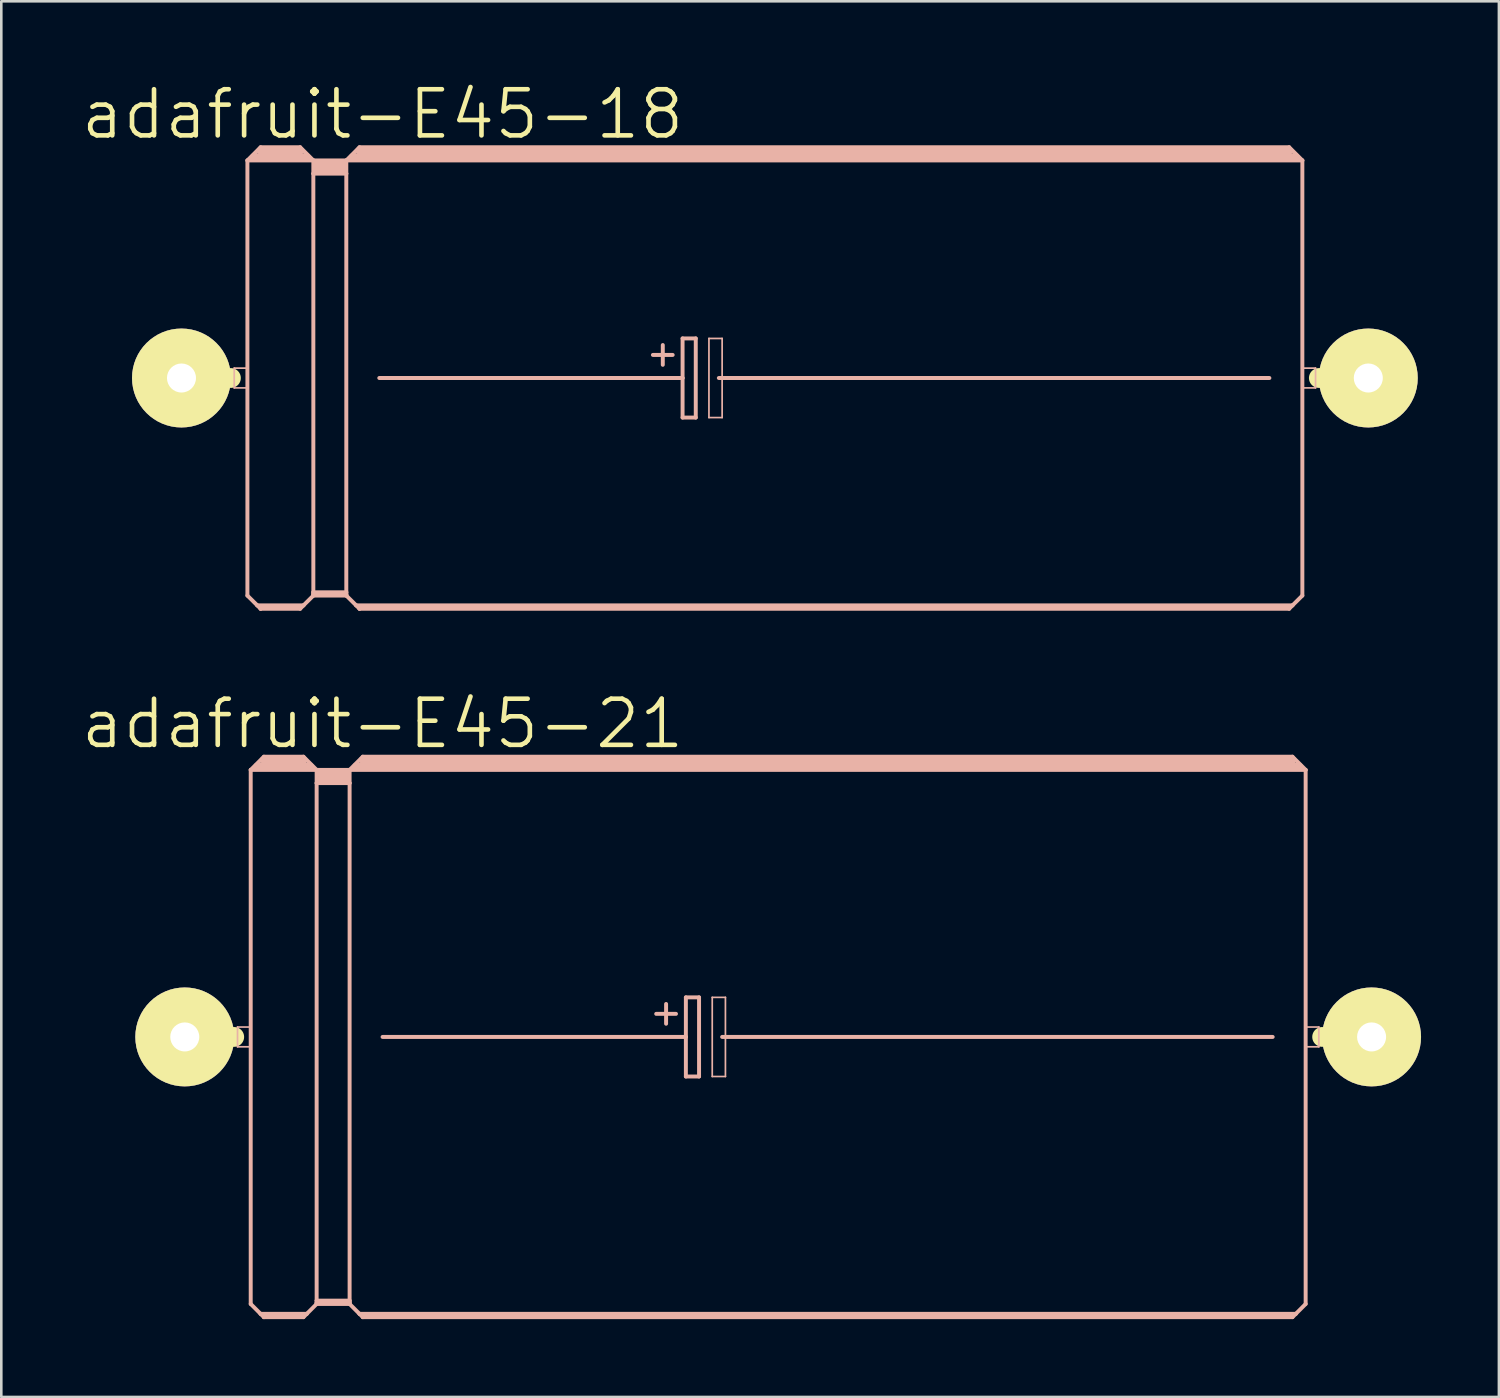
<source format=kicad_pcb>
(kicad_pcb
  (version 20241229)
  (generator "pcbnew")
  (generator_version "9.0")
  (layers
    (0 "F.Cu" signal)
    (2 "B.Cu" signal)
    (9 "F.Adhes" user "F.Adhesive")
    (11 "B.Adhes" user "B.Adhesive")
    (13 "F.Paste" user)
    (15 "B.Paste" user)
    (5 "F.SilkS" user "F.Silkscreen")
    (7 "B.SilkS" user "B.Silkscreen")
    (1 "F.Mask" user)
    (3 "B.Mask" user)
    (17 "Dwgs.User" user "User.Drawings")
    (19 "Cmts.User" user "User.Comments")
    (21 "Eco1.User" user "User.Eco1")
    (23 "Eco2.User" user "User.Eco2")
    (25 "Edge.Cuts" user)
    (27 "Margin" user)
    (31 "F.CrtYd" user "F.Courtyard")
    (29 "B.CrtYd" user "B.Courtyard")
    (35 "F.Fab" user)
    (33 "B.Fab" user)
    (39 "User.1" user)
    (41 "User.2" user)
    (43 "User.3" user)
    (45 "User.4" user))
  (footprint "adafruit-E45-21"
    (layer "F.Cu")
    (at 26.928 36.896)
    (property "Reference" "adafruit-E45-21" (at -15.24 -12.065 0) (layer "F.SilkS") (effects (font (size 1.778 1.778) (thickness 0.178))))
    (attr exclude_from_pos_files exclude_from_bom)
    (fp_line (start -22.86 0) (end -20.955 0) (stroke (width 0.762) (type solid)) (layer "F.SilkS"))
    (fp_line (start 22.86 0) (end 20.955 0) (stroke (width 0.762) (type solid)) (layer "F.SilkS"))
    (fp_line (start -20.828 -0.381) (end -20.32 -0.381) (stroke (width 0.066) (type solid)) (layer "B.SilkS"))
    (fp_line (start -20.828 0.381) (end -20.828 -0.381) (stroke (width 0.066) (type solid)) (layer "B.SilkS"))
    (fp_line (start -20.828 0.381) (end -20.32 0.381) (stroke (width 0.066) (type solid)) (layer "B.SilkS"))
    (fp_line (start -20.32 -10.287) (end -20.32 10.287) (stroke (width 0.152) (type solid)) (layer "B.SilkS"))
    (fp_line (start -20.32 -10.287) (end -19.812 -10.795) (stroke (width 0.152) (type solid)) (layer "B.SilkS"))
    (fp_line (start -20.32 -10.287) (end -17.78 -10.287) (stroke (width 0.152) (type solid)) (layer "B.SilkS"))
    (fp_line (start -20.32 0.381) (end -20.32 -0.381) (stroke (width 0.066) (type solid)) (layer "B.SilkS"))
    (fp_line (start -20.32 10.287) (end -19.939 10.668) (stroke (width 0.152) (type solid)) (layer "B.SilkS"))
    (fp_line (start -20.066 -10.414) (end -18.034 -10.414) (stroke (width 0.305) (type solid)) (layer "B.SilkS"))
    (fp_line (start -19.939 10.668) (end -19.812 10.795) (stroke (width 0.152) (type solid)) (layer "B.SilkS"))
    (fp_line (start -19.939 10.668) (end -18.161 10.668) (stroke (width 0.152) (type solid)) (layer "B.SilkS"))
    (fp_line (start -19.812 -10.795) (end -18.288 -10.795) (stroke (width 0.152) (type solid)) (layer "B.SilkS"))
    (fp_line (start -19.812 -10.668) (end -18.288 -10.668) (stroke (width 0.305) (type solid)) (layer "B.SilkS"))
    (fp_line (start -19.812 10.744) (end -18.288 10.744) (stroke (width 0.152) (type solid)) (layer "B.SilkS"))
    (fp_line (start -19.812 10.795) (end -19.812 10.744) (stroke (width 0.152) (type solid)) (layer "B.SilkS"))
    (fp_line (start -19.812 10.795) (end -18.288 10.795) (stroke (width 0.152) (type solid)) (layer "B.SilkS"))
    (fp_line (start -18.288 -10.795) (end -17.78 -10.287) (stroke (width 0.152) (type solid)) (layer "B.SilkS"))
    (fp_line (start -18.288 10.795) (end -18.161 10.668) (stroke (width 0.152) (type solid)) (layer "B.SilkS"))
    (fp_line (start -18.161 10.668) (end -17.78 10.287) (stroke (width 0.152) (type solid)) (layer "B.SilkS"))
    (fp_line (start -17.78 -10.287) (end -16.51 -10.287) (stroke (width 0.152) (type solid)) (layer "B.SilkS"))
    (fp_line (start -17.78 -9.779) (end -17.78 -10.287) (stroke (width 0.152) (type solid)) (layer "B.SilkS"))
    (fp_line (start -17.78 -9.779) (end -16.51 -9.779) (stroke (width 0.152) (type solid)) (layer "B.SilkS"))
    (fp_line (start -17.78 10.16) (end -17.78 -9.779) (stroke (width 0.152) (type solid)) (layer "B.SilkS"))
    (fp_line (start -17.78 10.16) (end -16.51 10.16) (stroke (width 0.152) (type solid)) (layer "B.SilkS"))
    (fp_line (start -17.78 10.236) (end -17.78 10.16) (stroke (width 0.152) (type solid)) (layer "B.SilkS"))
    (fp_line (start -17.78 10.236) (end -16.51 10.236) (stroke (width 0.152) (type solid)) (layer "B.SilkS"))
    (fp_line (start -17.78 10.287) (end -17.78 10.236) (stroke (width 0.152) (type solid)) (layer "B.SilkS"))
    (fp_line (start -17.78 10.287) (end -16.51 10.287) (stroke (width 0.152) (type solid)) (layer "B.SilkS"))
    (fp_line (start -17.65 -10.16) (end -16.637 -10.16) (stroke (width 0.305) (type solid)) (layer "B.SilkS"))
    (fp_line (start -17.65 -9.906) (end -16.637 -9.906) (stroke (width 0.305) (type solid)) (layer "B.SilkS"))
    (fp_line (start -16.51 -10.287) (end -16.002 -10.795) (stroke (width 0.152) (type solid)) (layer "B.SilkS"))
    (fp_line (start -16.51 -10.287) (end 20.32 -10.287) (stroke (width 0.152) (type solid)) (layer "B.SilkS"))
    (fp_line (start -16.51 -9.779) (end -16.51 -10.287) (stroke (width 0.152) (type solid)) (layer "B.SilkS"))
    (fp_line (start -16.51 10.16) (end -16.51 -9.779) (stroke (width 0.152) (type solid)) (layer "B.SilkS"))
    (fp_line (start -16.51 10.236) (end -16.51 10.16) (stroke (width 0.152) (type solid)) (layer "B.SilkS"))
    (fp_line (start -16.51 10.287) (end -16.51 10.236) (stroke (width 0.152) (type solid)) (layer "B.SilkS"))
    (fp_line (start -16.51 10.287) (end -16.129 10.668) (stroke (width 0.152) (type solid)) (layer "B.SilkS"))
    (fp_line (start -16.256 -10.414) (end 20.066 -10.414) (stroke (width 0.305) (type solid)) (layer "B.SilkS"))
    (fp_line (start -16.129 10.668) (end -16.002 10.795) (stroke (width 0.152) (type solid)) (layer "B.SilkS"))
    (fp_line (start -16.129 10.668) (end 19.939 10.668) (stroke (width 0.152) (type solid)) (layer "B.SilkS"))
    (fp_line (start -16.002 -10.795) (end 19.812 -10.795) (stroke (width 0.152) (type solid)) (layer "B.SilkS"))
    (fp_line (start -16.002 -10.668) (end 19.812 -10.668) (stroke (width 0.305) (type solid)) (layer "B.SilkS"))
    (fp_line (start -16.002 10.744) (end 19.812 10.744) (stroke (width 0.152) (type solid)) (layer "B.SilkS"))
    (fp_line (start -16.002 10.795) (end -16.002 10.744) (stroke (width 0.152) (type solid)) (layer "B.SilkS"))
    (fp_line (start -16.002 10.795) (end 19.812 10.795) (stroke (width 0.152) (type solid)) (layer "B.SilkS"))
    (fp_line (start -15.24 0) (end -3.556 0) (stroke (width 0.152) (type solid)) (layer "B.SilkS"))
    (fp_line (start -4.699 -0.889) (end -3.937 -0.889) (stroke (width 0.152) (type solid)) (layer "B.SilkS"))
    (fp_line (start -4.318 -1.27) (end -4.318 -0.508) (stroke (width 0.152) (type solid)) (layer "B.SilkS"))
    (fp_line (start -3.556 -1.524) (end -3.556 0) (stroke (width 0.152) (type solid)) (layer "B.SilkS"))
    (fp_line (start -3.556 0) (end -3.556 1.524) (stroke (width 0.152) (type solid)) (layer "B.SilkS"))
    (fp_line (start -3.556 1.524) (end -3.048 1.524) (stroke (width 0.152) (type solid)) (layer "B.SilkS"))
    (fp_line (start -3.048 -1.524) (end -3.556 -1.524) (stroke (width 0.152) (type solid)) (layer "B.SilkS"))
    (fp_line (start -3.048 1.524) (end -3.048 -1.524) (stroke (width 0.152) (type solid)) (layer "B.SilkS"))
    (fp_line (start -2.54 -1.524) (end -2.032 -1.524) (stroke (width 0.066) (type solid)) (layer "B.SilkS"))
    (fp_line (start -2.54 1.524) (end -2.54 -1.524) (stroke (width 0.066) (type solid)) (layer "B.SilkS"))
    (fp_line (start -2.54 1.524) (end -2.032 1.524) (stroke (width 0.066) (type solid)) (layer "B.SilkS"))
    (fp_line (start -2.159 0) (end 19.05 0) (stroke (width 0.152) (type solid)) (layer "B.SilkS"))
    (fp_line (start -2.032 1.524) (end -2.032 -1.524) (stroke (width 0.066) (type solid)) (layer "B.SilkS"))
    (fp_line (start 19.812 -10.795) (end 20.32 -10.287) (stroke (width 0.152) (type solid)) (layer "B.SilkS"))
    (fp_line (start 19.812 10.795) (end 19.939 10.668) (stroke (width 0.152) (type solid)) (layer "B.SilkS"))
    (fp_line (start 19.939 10.668) (end 20.32 10.287) (stroke (width 0.152) (type solid)) (layer "B.SilkS"))
    (fp_line (start 20.32 -10.287) (end 20.32 10.287) (stroke (width 0.152) (type solid)) (layer "B.SilkS"))
    (fp_line (start 20.32 -0.381) (end 20.828 -0.381) (stroke (width 0.066) (type solid)) (layer "B.SilkS"))
    (fp_line (start 20.32 0.381) (end 20.32 -0.381) (stroke (width 0.066) (type solid)) (layer "B.SilkS"))
    (fp_line (start 20.32 0.381) (end 20.828 0.381) (stroke (width 0.066) (type solid)) (layer "B.SilkS"))
    (fp_line (start 20.828 0.381) (end 20.828 -0.381) (stroke (width 0.066) (type solid)) (layer "B.SilkS"))
    (pad "+" thru_hole circle (at -22.86 0) (size 3.81 3.81) (drill 1.118) (layers "*.Cu" "F.Mask" "F.SilkS" "F.Paste"))
    (pad "-" thru_hole circle (at 22.86 0) (size 3.81 3.81) (drill 1.118) (layers "*.Cu" "F.Mask" "F.SilkS" "F.Paste")))
  (footprint "adafruit-E45-18"
    (layer "F.Cu")
    (at 26.801 11.512)
    (property "Reference" "adafruit-E45-18" (at -15.113 -10.16 0) (layer "F.SilkS") (effects (font (size 1.778 1.778) (thickness 0.178))))
    (attr exclude_from_pos_files exclude_from_bom)
    (fp_line (start -22.86 0) (end -20.955 0) (stroke (width 0.762) (type solid)) (layer "F.SilkS"))
    (fp_line (start 22.86 0) (end 20.955 0) (stroke (width 0.762) (type solid)) (layer "F.SilkS"))
    (fp_line (start -20.828 -0.381) (end -20.32 -0.381) (stroke (width 0.066) (type solid)) (layer "B.SilkS"))
    (fp_line (start -20.828 0.381) (end -20.828 -0.381) (stroke (width 0.066) (type solid)) (layer "B.SilkS"))
    (fp_line (start -20.828 0.381) (end -20.32 0.381) (stroke (width 0.066) (type solid)) (layer "B.SilkS"))
    (fp_line (start -20.32 -8.382) (end -20.32 8.382) (stroke (width 0.152) (type solid)) (layer "B.SilkS"))
    (fp_line (start -20.32 -8.382) (end -19.812 -8.89) (stroke (width 0.152) (type solid)) (layer "B.SilkS"))
    (fp_line (start -20.32 -8.382) (end -17.78 -8.382) (stroke (width 0.152) (type solid)) (layer "B.SilkS"))
    (fp_line (start -20.32 0.381) (end -20.32 -0.381) (stroke (width 0.066) (type solid)) (layer "B.SilkS"))
    (fp_line (start -20.32 8.382) (end -19.939 8.76) (stroke (width 0.152) (type solid)) (layer "B.SilkS"))
    (fp_line (start -20.066 -8.509) (end -18.034 -8.509) (stroke (width 0.305) (type solid)) (layer "B.SilkS"))
    (fp_line (start -19.939 8.76) (end -19.812 8.89) (stroke (width 0.152) (type solid)) (layer "B.SilkS"))
    (fp_line (start -19.939 8.76) (end -18.161 8.76) (stroke (width 0.152) (type solid)) (layer "B.SilkS"))
    (fp_line (start -19.812 -8.89) (end -18.288 -8.89) (stroke (width 0.152) (type solid)) (layer "B.SilkS"))
    (fp_line (start -19.812 -8.76) (end -18.288 -8.76) (stroke (width 0.305) (type solid)) (layer "B.SilkS"))
    (fp_line (start -19.812 8.837) (end -18.288 8.837) (stroke (width 0.152) (type solid)) (layer "B.SilkS"))
    (fp_line (start -19.812 8.89) (end -19.812 8.837) (stroke (width 0.152) (type solid)) (layer "B.SilkS"))
    (fp_line (start -19.812 8.89) (end -18.288 8.89) (stroke (width 0.152) (type solid)) (layer "B.SilkS"))
    (fp_line (start -18.288 -8.89) (end -17.78 -8.382) (stroke (width 0.152) (type solid)) (layer "B.SilkS"))
    (fp_line (start -18.288 8.89) (end -18.161 8.76) (stroke (width 0.152) (type solid)) (layer "B.SilkS"))
    (fp_line (start -18.161 8.76) (end -17.78 8.382) (stroke (width 0.152) (type solid)) (layer "B.SilkS"))
    (fp_line (start -17.78 -8.382) (end -16.51 -8.382) (stroke (width 0.152) (type solid)) (layer "B.SilkS"))
    (fp_line (start -17.78 -7.874) (end -17.78 -8.382) (stroke (width 0.152) (type solid)) (layer "B.SilkS"))
    (fp_line (start -17.78 -7.874) (end -16.51 -7.874) (stroke (width 0.152) (type solid)) (layer "B.SilkS"))
    (fp_line (start -17.78 8.255) (end -17.78 -7.874) (stroke (width 0.152) (type solid)) (layer "B.SilkS"))
    (fp_line (start -17.78 8.255) (end -16.51 8.255) (stroke (width 0.152) (type solid)) (layer "B.SilkS"))
    (fp_line (start -17.78 8.331) (end -17.78 8.255) (stroke (width 0.152) (type solid)) (layer "B.SilkS"))
    (fp_line (start -17.78 8.331) (end -16.51 8.331) (stroke (width 0.152) (type solid)) (layer "B.SilkS"))
    (fp_line (start -17.78 8.382) (end -17.78 8.331) (stroke (width 0.152) (type solid)) (layer "B.SilkS"))
    (fp_line (start -17.78 8.382) (end -16.51 8.382) (stroke (width 0.152) (type solid)) (layer "B.SilkS"))
    (fp_line (start -17.65 -8.255) (end -16.637 -8.255) (stroke (width 0.305) (type solid)) (layer "B.SilkS"))
    (fp_line (start -17.65 -8.001) (end -16.637 -8.001) (stroke (width 0.305) (type solid)) (layer "B.SilkS"))
    (fp_line (start -16.51 -8.382) (end -16.002 -8.89) (stroke (width 0.152) (type solid)) (layer "B.SilkS"))
    (fp_line (start -16.51 -8.382) (end 20.32 -8.382) (stroke (width 0.152) (type solid)) (layer "B.SilkS"))
    (fp_line (start -16.51 -7.874) (end -16.51 -8.382) (stroke (width 0.152) (type solid)) (layer "B.SilkS"))
    (fp_line (start -16.51 8.255) (end -16.51 -7.874) (stroke (width 0.152) (type solid)) (layer "B.SilkS"))
    (fp_line (start -16.51 8.331) (end -16.51 8.255) (stroke (width 0.152) (type solid)) (layer "B.SilkS"))
    (fp_line (start -16.51 8.382) (end -16.51 8.331) (stroke (width 0.152) (type solid)) (layer "B.SilkS"))
    (fp_line (start -16.51 8.382) (end -16.129 8.76) (stroke (width 0.152) (type solid)) (layer "B.SilkS"))
    (fp_line (start -16.256 -8.509) (end 20.066 -8.509) (stroke (width 0.305) (type solid)) (layer "B.SilkS"))
    (fp_line (start -16.129 8.76) (end -16.002 8.89) (stroke (width 0.152) (type solid)) (layer "B.SilkS"))
    (fp_line (start -16.129 8.76) (end 19.939 8.76) (stroke (width 0.152) (type solid)) (layer "B.SilkS"))
    (fp_line (start -16.002 -8.89) (end 19.812 -8.89) (stroke (width 0.152) (type solid)) (layer "B.SilkS"))
    (fp_line (start -16.002 -8.76) (end 19.812 -8.76) (stroke (width 0.305) (type solid)) (layer "B.SilkS"))
    (fp_line (start -16.002 8.837) (end 19.812 8.837) (stroke (width 0.152) (type solid)) (layer "B.SilkS"))
    (fp_line (start -16.002 8.89) (end -16.002 8.837) (stroke (width 0.152) (type solid)) (layer "B.SilkS"))
    (fp_line (start -16.002 8.89) (end 19.812 8.89) (stroke (width 0.152) (type solid)) (layer "B.SilkS"))
    (fp_line (start -15.24 0) (end -3.556 0) (stroke (width 0.152) (type solid)) (layer "B.SilkS"))
    (fp_line (start -4.699 -0.889) (end -3.937 -0.889) (stroke (width 0.152) (type solid)) (layer "B.SilkS"))
    (fp_line (start -4.318 -1.27) (end -4.318 -0.508) (stroke (width 0.152) (type solid)) (layer "B.SilkS"))
    (fp_line (start -3.556 -1.524) (end -3.556 0) (stroke (width 0.152) (type solid)) (layer "B.SilkS"))
    (fp_line (start -3.556 0) (end -3.556 1.524) (stroke (width 0.152) (type solid)) (layer "B.SilkS"))
    (fp_line (start -3.556 1.524) (end -3.048 1.524) (stroke (width 0.152) (type solid)) (layer "B.SilkS"))
    (fp_line (start -3.048 -1.524) (end -3.556 -1.524) (stroke (width 0.152) (type solid)) (layer "B.SilkS"))
    (fp_line (start -3.048 1.524) (end -3.048 -1.524) (stroke (width 0.152) (type solid)) (layer "B.SilkS"))
    (fp_line (start -2.54 -1.524) (end -2.032 -1.524) (stroke (width 0.066) (type solid)) (layer "B.SilkS"))
    (fp_line (start -2.54 1.524) (end -2.54 -1.524) (stroke (width 0.066) (type solid)) (layer "B.SilkS"))
    (fp_line (start -2.54 1.524) (end -2.032 1.524) (stroke (width 0.066) (type solid)) (layer "B.SilkS"))
    (fp_line (start -2.159 0) (end 19.05 0) (stroke (width 0.152) (type solid)) (layer "B.SilkS"))
    (fp_line (start -2.032 1.524) (end -2.032 -1.524) (stroke (width 0.066) (type solid)) (layer "B.SilkS"))
    (fp_line (start 19.812 -8.89) (end 20.32 -8.382) (stroke (width 0.152) (type solid)) (layer "B.SilkS"))
    (fp_line (start 19.812 8.89) (end 19.939 8.76) (stroke (width 0.152) (type solid)) (layer "B.SilkS"))
    (fp_line (start 19.939 8.76) (end 20.32 8.382) (stroke (width 0.152) (type solid)) (layer "B.SilkS"))
    (fp_line (start 20.32 -8.382) (end 20.32 8.382) (stroke (width 0.152) (type solid)) (layer "B.SilkS"))
    (fp_line (start 20.32 -0.381) (end 20.828 -0.381) (stroke (width 0.066) (type solid)) (layer "B.SilkS"))
    (fp_line (start 20.32 0.381) (end 20.32 -0.381) (stroke (width 0.066) (type solid)) (layer "B.SilkS"))
    (fp_line (start 20.32 0.381) (end 20.828 0.381) (stroke (width 0.066) (type solid)) (layer "B.SilkS"))
    (fp_line (start 20.828 0.381) (end 20.828 -0.381) (stroke (width 0.066) (type solid)) (layer "B.SilkS"))
    (pad "+" thru_hole circle (at -22.86 0) (size 3.81 3.81) (drill 1.118) (layers "*.Cu" "F.Mask" "F.SilkS" "F.Paste"))
    (pad "-" thru_hole circle (at 22.86 0) (size 3.81 3.81) (drill 1.118) (layers "*.Cu" "F.Mask" "F.SilkS" "F.Paste")))
  (gr_rect
    (start -3 -3)
    (end 54.693 50.767)
    (stroke (width 0.1) (type default))
    (fill no)
    (layer "Edge.Cuts")))
</source>
